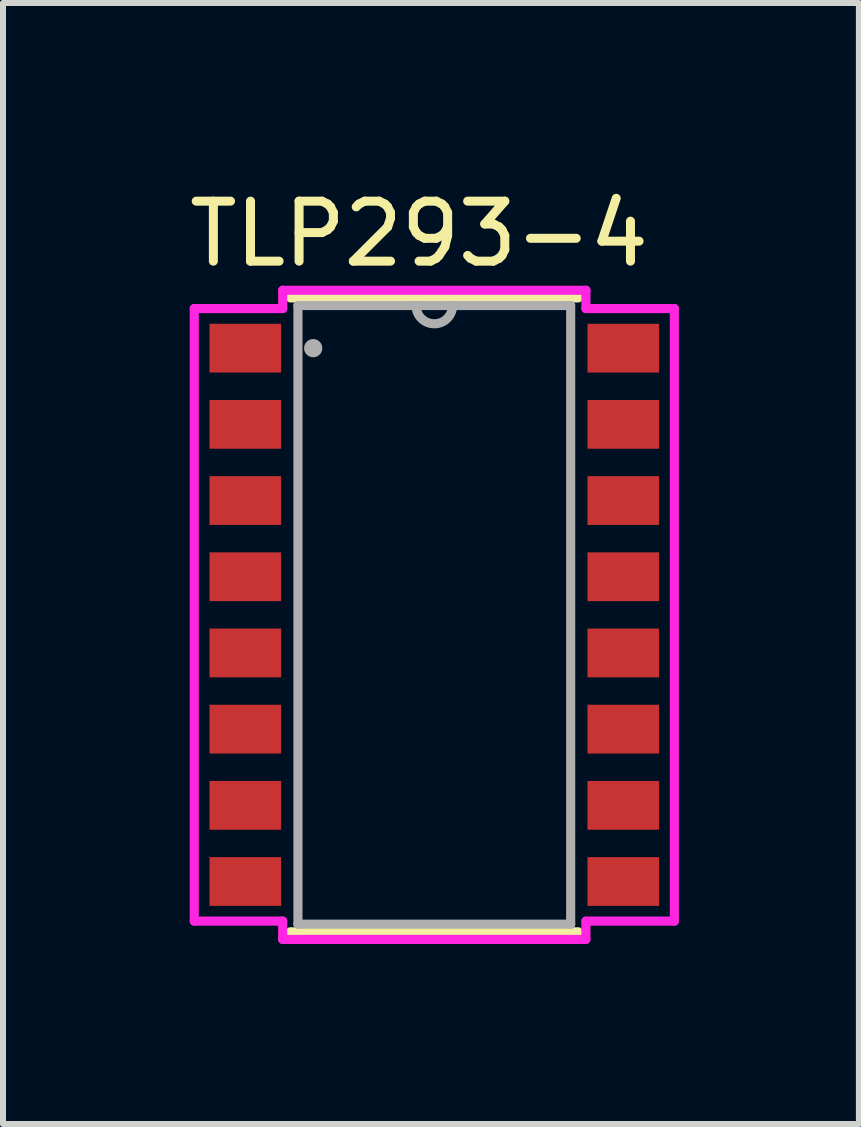
<source format=kicad_pcb>
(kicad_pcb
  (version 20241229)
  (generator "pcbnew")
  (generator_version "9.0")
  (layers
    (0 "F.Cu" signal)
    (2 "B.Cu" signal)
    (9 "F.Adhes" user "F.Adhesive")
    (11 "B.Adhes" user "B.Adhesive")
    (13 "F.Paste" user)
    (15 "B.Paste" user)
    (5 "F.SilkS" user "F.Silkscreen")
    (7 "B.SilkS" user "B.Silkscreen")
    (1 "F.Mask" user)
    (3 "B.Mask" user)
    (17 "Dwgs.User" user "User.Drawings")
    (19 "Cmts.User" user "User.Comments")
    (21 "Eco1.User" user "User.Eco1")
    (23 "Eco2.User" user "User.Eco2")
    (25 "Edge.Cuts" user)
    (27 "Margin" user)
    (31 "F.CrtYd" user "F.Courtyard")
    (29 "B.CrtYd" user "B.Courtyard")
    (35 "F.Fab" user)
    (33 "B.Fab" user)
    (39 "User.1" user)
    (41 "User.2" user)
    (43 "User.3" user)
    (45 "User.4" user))
  (footprint "TLP293-4"
    (layer "F.Cu")
    (at 4.189 7.198)
    (property "Reference" "TLP293-4" (at -0.254 -6.35 0) (layer "F.SilkS") (effects (font (size 1 1) (thickness 0.15))))
    (attr through_hole)
    (fp_line (start -2.4 5.283) (end 2.4 5.283) (stroke (width 0.152) (type solid)) (layer "F.SilkS"))
    (fp_line (start 2.4 -5.283) (end -2.4 -5.283) (stroke (width 0.152) (type solid)) (layer "F.SilkS"))
    (fp_line (start -4.001 -5.105) (end -2.527 -5.105) (stroke (width 0.152) (type solid)) (layer "F.CrtYd"))
    (fp_line (start -4.001 5.105) (end -4.001 -5.105) (stroke (width 0.152) (type solid)) (layer "F.CrtYd"))
    (fp_line (start -2.527 -5.41) (end 2.527 -5.41) (stroke (width 0.152) (type solid)) (layer "F.CrtYd"))
    (fp_line (start -2.527 -5.105) (end -2.527 -5.41) (stroke (width 0.152) (type solid)) (layer "F.CrtYd"))
    (fp_line (start -2.527 5.105) (end -4.001 5.105) (stroke (width 0.152) (type solid)) (layer "F.CrtYd"))
    (fp_line (start -2.527 5.41) (end -2.527 5.105) (stroke (width 0.152) (type solid)) (layer "F.CrtYd"))
    (fp_line (start 2.527 -5.41) (end 2.527 -5.105) (stroke (width 0.152) (type solid)) (layer "F.CrtYd"))
    (fp_line (start 2.527 -5.105) (end 4.001 -5.105) (stroke (width 0.152) (type solid)) (layer "F.CrtYd"))
    (fp_line (start 2.527 5.105) (end 2.527 5.41) (stroke (width 0.152) (type solid)) (layer "F.CrtYd"))
    (fp_line (start 2.527 5.41) (end -2.527 5.41) (stroke (width 0.152) (type solid)) (layer "F.CrtYd"))
    (fp_line (start 4.001 -5.105) (end 4.001 5.105) (stroke (width 0.152) (type solid)) (layer "F.CrtYd"))
    (fp_line (start 4.001 5.105) (end 2.527 5.105) (stroke (width 0.152) (type solid)) (layer "F.CrtYd"))
    (fp_line (start -2.273 -5.156) (end -2.273 5.156) (stroke (width 0.152) (type solid)) (layer "F.Fab"))
    (fp_line (start -2.273 5.156) (end 2.273 5.156) (stroke (width 0.152) (type solid)) (layer "F.Fab"))
    (fp_line (start 2.273 -5.156) (end -2.273 -5.156) (stroke (width 0.152) (type solid)) (layer "F.Fab"))
    (fp_line (start 2.273 5.156) (end 2.273 -5.156) (stroke (width 0.152) (type solid)) (layer "F.Fab"))
    (fp_arc (start 0.3048 -5.1562) (mid 0 -4.8514) (end -0.3048 -5.1562) (stroke (width 0.1524) (type solid)) (layer "F.Fab"))
    (fp_circle (center -2.019 -4.445) (end -2.019 -4.445) (stroke (width 0.152) (type solid)) (fill no) (layer "F.Fab"))
    (pad "1" smd rect (at -3.15 -4.445) (size 1.194 0.813) (layers "F.Cu" "F.Mask" "F.Paste"))
    (pad "2" smd rect (at -3.15 -3.175) (size 1.194 0.813) (layers "F.Cu" "F.Mask" "F.Paste"))
    (pad "3" smd rect (at -3.15 -1.905) (size 1.194 0.813) (layers "F.Cu" "F.Mask" "F.Paste"))
    (pad "4" smd rect (at -3.15 -0.635) (size 1.194 0.813) (layers "F.Cu" "F.Mask" "F.Paste"))
    (pad "5" smd rect (at -3.15 0.635) (size 1.194 0.813) (layers "F.Cu" "F.Mask" "F.Paste"))
    (pad "6" smd rect (at -3.15 1.905) (size 1.194 0.813) (layers "F.Cu" "F.Mask" "F.Paste"))
    (pad "7" smd rect (at -3.15 3.175) (size 1.194 0.813) (layers "F.Cu" "F.Mask" "F.Paste"))
    (pad "8" smd rect (at -3.15 4.445) (size 1.194 0.813) (layers "F.Cu" "F.Mask" "F.Paste"))
    (pad "9" smd rect (at 3.15 4.445) (size 1.194 0.813) (layers "F.Cu" "F.Mask" "F.Paste"))
    (pad "10" smd rect (at 3.15 3.175) (size 1.194 0.813) (layers "F.Cu" "F.Mask" "F.Paste"))
    (pad "11" smd rect (at 3.15 1.905) (size 1.194 0.813) (layers "F.Cu" "F.Mask" "F.Paste"))
    (pad "12" smd rect (at 3.15 0.635) (size 1.194 0.813) (layers "F.Cu" "F.Mask" "F.Paste"))
    (pad "13" smd rect (at 3.15 -0.635) (size 1.194 0.813) (layers "F.Cu" "F.Mask" "F.Paste"))
    (pad "14" smd rect (at 3.15 -1.905) (size 1.194 0.813) (layers "F.Cu" "F.Mask" "F.Paste"))
    (pad "15" smd rect (at 3.15 -3.175) (size 1.194 0.813) (layers "F.Cu" "F.Mask" "F.Paste"))
    (pad "16" smd rect (at 3.15 -4.445) (size 1.194 0.813) (layers "F.Cu" "F.Mask" "F.Paste")))
  (gr_rect
    (start -3 -3)
    (end 11.266 15.685)
    (stroke (width 0.1) (type default))
    (fill no)
    (layer "Edge.Cuts")))
</source>
